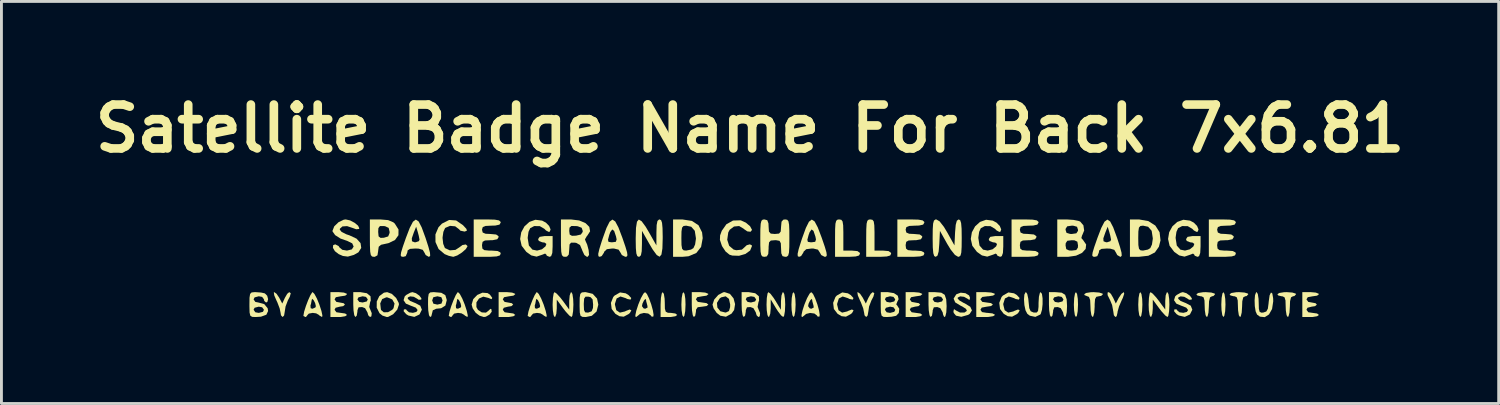
<source format=kicad_pcb>
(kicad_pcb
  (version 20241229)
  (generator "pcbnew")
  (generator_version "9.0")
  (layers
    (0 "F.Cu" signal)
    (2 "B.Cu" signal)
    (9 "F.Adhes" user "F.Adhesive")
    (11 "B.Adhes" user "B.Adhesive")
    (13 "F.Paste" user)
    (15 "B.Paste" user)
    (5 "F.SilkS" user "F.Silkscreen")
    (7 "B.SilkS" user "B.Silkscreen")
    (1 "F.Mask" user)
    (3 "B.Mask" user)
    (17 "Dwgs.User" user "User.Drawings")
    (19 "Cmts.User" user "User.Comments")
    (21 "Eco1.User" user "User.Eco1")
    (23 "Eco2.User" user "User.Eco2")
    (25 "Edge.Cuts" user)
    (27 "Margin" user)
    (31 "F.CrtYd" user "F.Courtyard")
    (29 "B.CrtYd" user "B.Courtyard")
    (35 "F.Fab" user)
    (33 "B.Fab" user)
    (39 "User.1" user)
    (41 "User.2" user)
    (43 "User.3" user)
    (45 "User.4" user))
  (footprint "Satellite Badge Name For Back 7x6.81"
    (layer "F.Cu")
    (at 23.012 1.418)
    (property "Reference" "Satellite Badge Name For Back 7x6.81" (at 0 0 0) (layer "F.SilkS") (effects (font (size 1.524 1.524) (thickness 0.3))))
    (attr board_only exclude_from_pos_files exclude_from_bom)
    (fp_poly (pts (xy -2.275 5.748) (xy -2.249 5.92) (xy -2.242 6.116) (xy -2.253 6.346) (xy -2.281 6.502) (xy -2.314 6.548) (xy -2.352 6.483) (xy -2.378 6.311) (xy -2.386 6.116) (xy -2.375 5.885) (xy -2.346 5.729) (xy -2.314 5.683)) (stroke (width 0) (type solid)) (fill yes) (layer "F.SilkS"))
    (fp_poly (pts (xy 1.549 5.748) (xy 1.575 5.92) (xy 1.583 6.116) (xy 1.572 6.346) (xy 1.543 6.502) (xy 1.511 6.548) (xy 1.472 6.483) (xy 1.446 6.311) (xy 1.438 6.116) (xy 1.449 5.885) (xy 1.478 5.729) (xy 1.511 5.683)) (stroke (width 0) (type solid)) (fill yes) (layer "F.SilkS"))
    (fp_poly (pts (xy 11.363 5.748) (xy 11.389 5.92) (xy 11.396 6.116) (xy 11.385 6.346) (xy 11.357 6.502) (xy 11.324 6.548) (xy 11.286 6.483) (xy 11.26 6.311) (xy 11.252 6.116) (xy 11.263 5.885) (xy 11.292 5.729) (xy 11.324 5.683)) (stroke (width 0) (type solid)) (fill yes) (layer "F.SilkS"))
    (fp_poly (pts (xy 13.6 5.748) (xy 13.626 5.92) (xy 13.633 6.116) (xy 13.622 6.346) (xy 13.594 6.502) (xy 13.561 6.548) (xy 13.523 6.483) (xy 13.497 6.311) (xy 13.489 6.116) (xy 13.5 5.885) (xy 13.529 5.729) (xy 13.561 5.683)) (stroke (width 0) (type solid)) (fill yes) (layer "F.SilkS"))
    (fp_poly (pts (xy 16.486 5.748) (xy 16.512 5.92) (xy 16.52 6.116) (xy 16.509 6.346) (xy 16.48 6.502) (xy 16.448 6.548) (xy 16.409 6.483) (xy 16.383 6.311) (xy 16.375 6.116) (xy 16.386 5.885) (xy 16.415 5.729) (xy 16.448 5.683)) (stroke (width 0) (type solid)) (fill yes) (layer "F.SilkS"))
    (fp_poly (pts (xy -2.994 5.747) (xy -2.968 5.913) (xy -2.963 6.043) (xy -2.959 6.257) (xy -2.929 6.363) (xy -2.854 6.4) (xy -2.747 6.404) (xy -2.595 6.425) (xy -2.53 6.475) (xy -2.53 6.476) (xy -2.594 6.521) (xy -2.754 6.547) (xy -2.819 6.548) (xy -3.108 6.548) (xy -3.108 6.116) (xy -3.097 5.885) (xy -3.068 5.729) (xy -3.035 5.683)) (stroke (width 0) (type solid)) (fill yes) (layer "F.SilkS"))
    (fp_poly (pts (xy 3.172 3.17) (xy 3.215 3.228) (xy 3.236 3.362) (xy 3.242 3.601) (xy 3.242 3.698) (xy 3.242 4.239) (xy 3.531 4.239) (xy 3.732 4.257) (xy 3.814 4.316) (xy 3.82 4.348) (xy 3.786 4.41) (xy 3.669 4.444) (xy 3.439 4.456) (xy 3.387 4.456) (xy 2.954 4.456) (xy 2.954 3.806) (xy 2.956 3.498) (xy 2.967 3.306) (xy 2.994 3.204) (xy 3.041 3.163) (xy 3.098 3.157)) (stroke (width 0) (type solid)) (fill yes) (layer "F.SilkS"))
    (fp_poly (pts (xy 4.254 3.17) (xy 4.298 3.228) (xy 4.318 3.362) (xy 4.325 3.601) (xy 4.325 3.698) (xy 4.325 4.239) (xy 4.613 4.239) (xy 4.814 4.257) (xy 4.897 4.316) (xy 4.902 4.348) (xy 4.869 4.41) (xy 4.751 4.444) (xy 4.521 4.456) (xy 4.469 4.456) (xy 4.036 4.456) (xy 4.036 3.806) (xy 4.039 3.498) (xy 4.05 3.306) (xy 4.076 3.204) (xy 4.124 3.163) (xy 4.18 3.157)) (stroke (width 0) (type solid)) (fill yes) (layer "F.SilkS"))
    (fp_poly (pts (xy -15.959 5.72) (xy -15.992 5.841) (xy -16.06 5.971) (xy -16.14 6.182) (xy -16.166 6.35) (xy -16.19 6.494) (xy -16.241 6.548) (xy -16.299 6.488) (xy -16.313 6.401) (xy -16.345 6.247) (xy -16.425 6.038) (xy -16.458 5.968) (xy -16.531 5.799) (xy -16.548 5.696) (xy -16.533 5.683) (xy -16.453 5.74) (xy -16.359 5.878) (xy -16.358 5.881) (xy -16.254 6.079) (xy -16.163 5.881) (xy -16.082 5.741) (xy -16.012 5.683)) (stroke (width 0) (type solid)) (fill yes) (layer "F.SilkS"))
    (fp_poly (pts (xy 4.318 5.72) (xy 4.285 5.841) (xy 4.217 5.971) (xy 4.136 6.182) (xy 4.111 6.35) (xy 4.086 6.494) (xy 4.036 6.548) (xy 3.978 6.488) (xy 3.964 6.401) (xy 3.932 6.247) (xy 3.852 6.038) (xy 3.818 5.968) (xy 3.746 5.799) (xy 3.729 5.696) (xy 3.744 5.683) (xy 3.824 5.74) (xy 3.918 5.878) (xy 3.919 5.881) (xy 4.023 6.079) (xy 4.113 5.881) (xy 4.195 5.741) (xy 4.264 5.683)) (stroke (width 0) (type solid)) (fill yes) (layer "F.SilkS"))
    (fp_poly (pts (xy 13.001 5.739) (xy 12.954 5.881) (xy 12.913 5.968) (xy 12.822 6.179) (xy 12.771 6.36) (xy 12.767 6.401) (xy 12.738 6.52) (xy 12.695 6.548) (xy 12.642 6.486) (xy 12.621 6.35) (xy 12.581 6.132) (xy 12.515 5.971) (xy 12.424 5.787) (xy 12.423 5.697) (xy 12.467 5.683) (xy 12.537 5.741) (xy 12.618 5.881) (xy 12.709 6.079) (xy 12.812 5.881) (xy 12.906 5.742) (xy 12.987 5.683) (xy 12.988 5.683)) (stroke (width 0) (type solid)) (fill yes) (layer "F.SilkS"))
    (fp_poly (pts (xy 12.131 5.697) (xy 12.247 5.733) (xy 12.262 5.755) (xy 12.202 5.813) (xy 12.118 5.827) (xy 12.031 5.846) (xy 11.988 5.926) (xy 11.974 6.104) (xy 11.974 6.188) (xy 11.961 6.393) (xy 11.927 6.524) (xy 11.902 6.548) (xy 11.86 6.484) (xy 11.834 6.318) (xy 11.829 6.188) (xy 11.818 5.961) (xy 11.778 5.85) (xy 11.721 5.827) (xy 11.625 5.788) (xy 11.613 5.755) (xy 11.677 5.712) (xy 11.841 5.686) (xy 11.938 5.683)) (stroke (width 0) (type solid)) (fill yes) (layer "F.SilkS"))
    (fp_poly (pts (xy 16.028 5.697) (xy 16.144 5.733) (xy 16.159 5.755) (xy 16.1 5.819) (xy 16.051 5.827) (xy 15.983 5.865) (xy 15.949 5.999) (xy 15.942 6.188) (xy 15.929 6.393) (xy 15.896 6.524) (xy 15.87 6.548) (xy 15.829 6.484) (xy 15.803 6.318) (xy 15.798 6.188) (xy 15.79 5.971) (xy 15.758 5.863) (xy 15.687 5.828) (xy 15.654 5.827) (xy 15.537 5.797) (xy 15.509 5.755) (xy 15.574 5.712) (xy 15.737 5.686) (xy 15.834 5.683)) (stroke (width 0) (type solid)) (fill yes) (layer "F.SilkS"))
    (fp_poly (pts (xy 17.182 5.697) (xy 17.299 5.733) (xy 17.313 5.755) (xy 17.255 5.819) (xy 17.205 5.827) (xy 17.137 5.865) (xy 17.104 5.999) (xy 17.097 6.188) (xy 17.084 6.393) (xy 17.051 6.524) (xy 17.025 6.548) (xy 16.984 6.484) (xy 16.958 6.318) (xy 16.953 6.188) (xy 16.945 5.971) (xy 16.913 5.863) (xy 16.842 5.828) (xy 16.808 5.827) (xy 16.691 5.797) (xy 16.664 5.755) (xy 16.728 5.712) (xy 16.892 5.686) (xy 16.989 5.683)) (stroke (width 0) (type solid)) (fill yes) (layer "F.SilkS"))
    (fp_poly (pts (xy 18.842 5.697) (xy 18.958 5.733) (xy 18.973 5.755) (xy 18.915 5.819) (xy 18.865 5.827) (xy 18.797 5.865) (xy 18.764 5.999) (xy 18.757 6.188) (xy 18.744 6.393) (xy 18.71 6.524) (xy 18.684 6.548) (xy 18.643 6.484) (xy 18.617 6.318) (xy 18.612 6.188) (xy 18.605 5.971) (xy 18.572 5.863) (xy 18.501 5.828) (xy 18.468 5.827) (xy 18.351 5.797) (xy 18.324 5.755) (xy 18.388 5.712) (xy 18.551 5.686) (xy 18.648 5.683)) (stroke (width 0) (type solid)) (fill yes) (layer "F.SilkS"))
    (fp_poly (pts (xy -4.321 5.724) (xy -4.222 5.785) (xy -4.128 5.888) (xy -4.151 5.943) (xy -4.266 5.921) (xy -4.318 5.893) (xy -4.503 5.834) (xy -4.636 5.903) (xy -4.694 6.086) (xy -4.695 6.116) (xy -4.648 6.311) (xy -4.523 6.395) (xy -4.343 6.353) (xy -4.318 6.338) (xy -4.18 6.285) (xy -4.124 6.318) (xy -4.177 6.409) (xy -4.222 6.446) (xy -4.389 6.536) (xy -4.54 6.519) (xy -4.679 6.436) (xy -4.808 6.268) (xy -4.834 6.055) (xy -4.754 5.853) (xy -4.707 5.802) (xy -4.517 5.693)) (stroke (width 0) (type solid)) (fill yes) (layer "F.SilkS"))
    (fp_poly (pts (xy -1.556 5.699) (xy -1.455 5.739) (xy -1.448 5.755) (xy -1.511 5.805) (xy -1.662 5.827) (xy -1.664 5.827) (xy -1.836 5.859) (xy -1.881 5.935) (xy -1.816 6.021) (xy -1.664 6.043) (xy -1.512 6.064) (xy -1.448 6.115) (xy -1.448 6.116) (xy -1.511 6.166) (xy -1.662 6.188) (xy -1.664 6.188) (xy -1.819 6.207) (xy -1.876 6.29) (xy -1.881 6.368) (xy -1.906 6.504) (xy -1.953 6.548) (xy -1.991 6.483) (xy -2.018 6.311) (xy -2.025 6.116) (xy -2.025 5.683) (xy -1.737 5.683)) (stroke (width 0) (type solid)) (fill yes) (layer "F.SilkS"))
    (fp_poly (pts (xy 3.4 5.724) (xy 3.499 5.785) (xy 3.593 5.888) (xy 3.57 5.943) (xy 3.455 5.921) (xy 3.403 5.893) (xy 3.218 5.834) (xy 3.085 5.903) (xy 3.027 6.086) (xy 3.026 6.116) (xy 3.073 6.311) (xy 3.198 6.395) (xy 3.378 6.353) (xy 3.403 6.338) (xy 3.541 6.285) (xy 3.597 6.318) (xy 3.544 6.409) (xy 3.499 6.446) (xy 3.332 6.536) (xy 3.181 6.519) (xy 3.042 6.436) (xy 2.913 6.268) (xy 2.887 6.055) (xy 2.967 5.853) (xy 3.014 5.802) (xy 3.204 5.693)) (stroke (width 0) (type solid)) (fill yes) (layer "F.SilkS"))
    (fp_poly (pts (xy 9.173 5.724) (xy 9.272 5.785) (xy 9.366 5.888) (xy 9.342 5.943) (xy 9.228 5.921) (xy 9.176 5.893) (xy 8.991 5.834) (xy 8.857 5.903) (xy 8.799 6.086) (xy 8.799 6.116) (xy 8.846 6.311) (xy 8.971 6.395) (xy 9.151 6.353) (xy 9.176 6.338) (xy 9.314 6.285) (xy 9.37 6.318) (xy 9.316 6.409) (xy 9.272 6.446) (xy 9.105 6.536) (xy 8.954 6.519) (xy 8.815 6.436) (xy 8.686 6.268) (xy 8.66 6.055) (xy 8.739 5.853) (xy 8.786 5.802) (xy 8.977 5.693)) (stroke (width 0) (type solid)) (fill yes) (layer "F.SilkS"))
    (fp_poly (pts (xy -14.112 5.699) (xy -14.011 5.739) (xy -14.004 5.755) (xy -14.066 5.805) (xy -14.217 5.827) (xy -14.22 5.827) (xy -14.392 5.859) (xy -14.437 5.935) (xy -14.374 6.022) (xy -14.256 6.043) (xy -14.121 6.068) (xy -14.076 6.116) (xy -14.138 6.17) (xy -14.256 6.188) (xy -14.401 6.225) (xy -14.437 6.296) (xy -14.372 6.382) (xy -14.22 6.404) (xy -14.068 6.425) (xy -14.004 6.475) (xy -14.004 6.476) (xy -14.068 6.521) (xy -14.228 6.547) (xy -14.292 6.548) (xy -14.581 6.548) (xy -14.581 5.683) (xy -14.292 5.683)) (stroke (width 0) (type solid)) (fill yes) (layer "F.SilkS"))
    (fp_poly (pts (xy -9.12 5.716) (xy -9.039 5.769) (xy -8.957 5.883) (xy -8.983 5.928) (xy -9.097 5.882) (xy -9.269 5.84) (xy -9.417 5.904) (xy -9.507 6.037) (xy -9.509 6.201) (xy -9.455 6.299) (xy -9.322 6.387) (xy -9.176 6.395) (xy -9.08 6.322) (xy -9.077 6.314) (xy -9.016 6.262) (xy -8.988 6.276) (xy -8.976 6.364) (xy -9.055 6.465) (xy -9.181 6.537) (xy -9.25 6.548) (xy -9.4 6.5) (xy -9.53 6.404) (xy -9.638 6.247) (xy -9.674 6.116) (xy -9.618 5.926) (xy -9.478 5.78) (xy -9.298 5.702)) (stroke (width 0) (type solid)) (fill yes) (layer "F.SilkS"))
    (fp_poly (pts (xy -8.267 5.699) (xy -8.166 5.739) (xy -8.159 5.755) (xy -8.221 5.805) (xy -8.373 5.827) (xy -8.375 5.827) (xy -8.547 5.859) (xy -8.592 5.935) (xy -8.529 6.022) (xy -8.411 6.043) (xy -8.276 6.068) (xy -8.231 6.116) (xy -8.293 6.17) (xy -8.411 6.188) (xy -8.556 6.225) (xy -8.592 6.296) (xy -8.527 6.382) (xy -8.375 6.404) (xy -8.223 6.425) (xy -8.159 6.475) (xy -8.159 6.476) (xy -8.223 6.521) (xy -8.383 6.547) (xy -8.447 6.548) (xy -8.736 6.548) (xy -8.736 5.683) (xy -8.447 5.683)) (stroke (width 0) (type solid)) (fill yes) (layer "F.SilkS"))
    (fp_poly (pts (xy 5.877 5.699) (xy 5.977 5.739) (xy 5.984 5.755) (xy 5.922 5.805) (xy 5.771 5.827) (xy 5.768 5.827) (xy 5.596 5.859) (xy 5.552 5.935) (xy 5.614 6.022) (xy 5.732 6.043) (xy 5.868 6.068) (xy 5.912 6.116) (xy 5.851 6.17) (xy 5.732 6.188) (xy 5.587 6.225) (xy 5.552 6.296) (xy 5.616 6.382) (xy 5.768 6.404) (xy 5.92 6.425) (xy 5.984 6.475) (xy 5.984 6.476) (xy 5.92 6.521) (xy 5.761 6.547) (xy 5.696 6.548) (xy 5.407 6.548) (xy 5.407 5.683) (xy 5.696 5.683)) (stroke (width 0) (type solid)) (fill yes) (layer "F.SilkS"))
    (fp_poly (pts (xy 17.643 5.748) (xy 17.669 5.914) (xy 17.674 6.048) (xy 17.68 6.263) (xy 17.707 6.368) (xy 17.772 6.397) (xy 17.837 6.391) (xy 17.938 6.356) (xy 17.992 6.26) (xy 18.018 6.066) (xy 18.021 6.025) (xy 18.053 5.795) (xy 18.101 5.695) (xy 18.147 5.728) (xy 18.176 5.895) (xy 18.179 6.002) (xy 18.139 6.267) (xy 18.033 6.457) (xy 17.885 6.552) (xy 17.717 6.535) (xy 17.617 6.462) (xy 17.568 6.351) (xy 17.539 6.17) (xy 17.532 5.966) (xy 17.546 5.79) (xy 17.584 5.69) (xy 17.602 5.683)) (stroke (width 0) (type solid)) (fill yes) (layer "F.SilkS"))
    (fp_poly (pts (xy 19.659 5.699) (xy 19.759 5.739) (xy 19.767 5.755) (xy 19.704 5.805) (xy 19.553 5.827) (xy 19.55 5.827) (xy 19.379 5.859) (xy 19.334 5.935) (xy 19.397 6.022) (xy 19.514 6.043) (xy 19.65 6.068) (xy 19.695 6.116) (xy 19.633 6.17) (xy 19.514 6.188) (xy 19.369 6.225) (xy 19.334 6.296) (xy 19.398 6.382) (xy 19.55 6.404) (xy 19.702 6.425) (xy 19.767 6.475) (xy 19.767 6.476) (xy 19.703 6.521) (xy 19.543 6.547) (xy 19.478 6.548) (xy 19.19 6.548) (xy 19.19 5.683) (xy 19.478 5.683)) (stroke (width 0) (type solid)) (fill yes) (layer "F.SilkS"))
    (fp_poly (pts (xy -6.172 5.748) (xy -6.146 5.92) (xy -6.138 6.116) (xy -6.148 6.344) (xy -6.174 6.501) (xy -6.204 6.548) (xy -6.281 6.495) (xy -6.406 6.358) (xy -6.493 6.246) (xy -6.716 5.943) (xy -6.716 6.246) (xy -6.731 6.432) (xy -6.769 6.538) (xy -6.788 6.548) (xy -6.826 6.483) (xy -6.852 6.311) (xy -6.86 6.116) (xy -6.85 5.887) (xy -6.824 5.73) (xy -6.794 5.683) (xy -6.717 5.736) (xy -6.592 5.873) (xy -6.505 5.985) (xy -6.283 6.288) (xy -6.283 5.985) (xy -6.267 5.799) (xy -6.229 5.693) (xy -6.21 5.683)) (stroke (width 0) (type solid)) (fill yes) (layer "F.SilkS"))
    (fp_poly (pts (xy 1.188 5.748) (xy 1.214 5.92) (xy 1.222 6.116) (xy 1.212 6.344) (xy 1.185 6.501) (xy 1.154 6.548) (xy 1.08 6.492) (xy 0.969 6.347) (xy 0.902 6.242) (xy 0.718 5.935) (xy 0.718 6.242) (xy 0.702 6.429) (xy 0.664 6.538) (xy 0.645 6.548) (xy 0.606 6.483) (xy 0.58 6.311) (xy 0.573 6.116) (xy 0.582 5.887) (xy 0.608 5.73) (xy 0.637 5.683) (xy 0.709 5.739) (xy 0.82 5.884) (xy 0.887 5.989) (xy 1.072 6.296) (xy 1.075 5.989) (xy 1.092 5.802) (xy 1.131 5.693) (xy 1.15 5.683)) (stroke (width 0) (type solid)) (fill yes) (layer "F.SilkS"))
    (fp_poly (pts (xy 14.538 5.748) (xy 14.564 5.92) (xy 14.571 6.116) (xy 14.561 6.344) (xy 14.535 6.501) (xy 14.505 6.548) (xy 14.429 6.495) (xy 14.304 6.358) (xy 14.217 6.246) (xy 13.994 5.943) (xy 13.994 6.246) (xy 13.979 6.432) (xy 13.94 6.538) (xy 13.922 6.548) (xy 13.884 6.483) (xy 13.857 6.311) (xy 13.85 6.116) (xy 13.86 5.887) (xy 13.886 5.73) (xy 13.916 5.683) (xy 13.992 5.736) (xy 14.117 5.873) (xy 14.204 5.985) (xy 14.427 6.288) (xy 14.427 5.985) (xy 14.442 5.799) (xy 14.481 5.693) (xy 14.499 5.683)) (stroke (width 0) (type solid)) (fill yes) (layer "F.SilkS"))
    (fp_poly (pts (xy -0.699 5.744) (xy -0.574 5.898) (xy -0.52 6.099) (xy -0.553 6.303) (xy -0.642 6.429) (xy -0.838 6.538) (xy -1.033 6.502) (xy -1.159 6.404) (xy -1.267 6.247) (xy -1.304 6.116) (xy -1.283 6.055) (xy -1.15 6.055) (xy -1.135 6.219) (xy -1.032 6.347) (xy -0.86 6.391) (xy -0.835 6.389) (xy -0.733 6.34) (xy -0.693 6.208) (xy -0.69 6.116) (xy -0.733 5.917) (xy -0.845 5.828) (xy -1.002 5.864) (xy -1.055 5.902) (xy -1.15 6.055) (xy -1.283 6.055) (xy -1.245 5.94) (xy -1.103 5.78) (xy -0.931 5.688) (xy -0.882 5.683)) (stroke (width 0) (type solid)) (fill yes) (layer "F.SilkS"))
    (fp_poly (pts (xy 10.143 5.745) (xy 10.165 5.901) (xy 10.165 6.101) (xy 10.144 6.296) (xy 10.102 6.436) (xy 10.083 6.462) (xy 9.913 6.543) (xy 9.722 6.502) (xy 9.634 6.435) (xy 9.572 6.315) (xy 9.533 6.132) (xy 9.519 5.933) (xy 9.532 5.768) (xy 9.576 5.685) (xy 9.588 5.683) (xy 9.632 5.747) (xy 9.668 5.912) (xy 9.679 6.025) (xy 9.702 6.238) (xy 9.751 6.346) (xy 9.844 6.388) (xy 9.863 6.391) (xy 9.959 6.392) (xy 10.007 6.338) (xy 10.024 6.193) (xy 10.025 6.048) (xy 10.038 5.841) (xy 10.071 5.708) (xy 10.098 5.683)) (stroke (width 0) (type solid)) (fill yes) (layer "F.SilkS"))
    (fp_poly (pts (xy -12.448 5.743) (xy -12.297 5.886) (xy -12.207 6.059) (xy -12.2 6.116) (xy -12.259 6.291) (xy -12.401 6.451) (xy -12.573 6.543) (xy -12.621 6.548) (xy -12.772 6.498) (xy -12.874 6.417) (xy -12.973 6.221) (xy -12.971 6.075) (xy -12.85 6.075) (xy -12.828 6.28) (xy -12.819 6.306) (xy -12.726 6.384) (xy -12.579 6.379) (xy -12.436 6.299) (xy -12.388 6.242) (xy -12.353 6.078) (xy -12.432 5.938) (xy -12.598 5.866) (xy -12.64 5.863) (xy -12.782 5.923) (xy -12.85 6.075) (xy -12.971 6.075) (xy -12.971 6.008) (xy -12.882 5.821) (xy -12.722 5.702) (xy -12.609 5.683)) (stroke (width 0) (type solid)) (fill yes) (layer "F.SilkS"))
    (fp_poly (pts (xy -10.726 5.706) (xy -10.588 5.788) (xy -10.541 5.943) (xy -10.54 5.971) (xy -10.587 6.151) (xy -10.736 6.243) (xy -10.907 6.26) (xy -11.023 6.314) (xy -11.045 6.404) (xy -11.075 6.521) (xy -11.117 6.548) (xy -11.156 6.483) (xy -11.182 6.311) (xy -11.189 6.116) (xy -11.188 5.971) (xy -11.045 5.971) (xy -11.003 6.084) (xy -10.865 6.116) (xy -10.723 6.082) (xy -10.684 5.971) (xy -10.727 5.858) (xy -10.865 5.827) (xy -11.006 5.861) (xy -11.045 5.971) (xy -11.188 5.971) (xy -11.186 5.876) (xy -11.166 5.746) (xy -11.113 5.693) (xy -11.009 5.683) (xy -10.979 5.683)) (stroke (width 0) (type solid)) (fill yes) (layer "F.SilkS"))
    (fp_poly (pts (xy -2.021 3.208) (xy -1.791 3.359) (xy -1.667 3.606) (xy -1.645 3.806) (xy -1.701 4.111) (xy -1.866 4.322) (xy -2.135 4.436) (xy -2.354 4.456) (xy -2.675 4.456) (xy -2.675 3.806) (xy -2.386 3.806) (xy -2.382 4.047) (xy -2.36 4.177) (xy -2.308 4.23) (xy -2.22 4.239) (xy -2.05 4.204) (xy -1.967 4.153) (xy -1.909 4.026) (xy -1.881 3.832) (xy -1.881 3.806) (xy -1.92 3.552) (xy -2.043 3.411) (xy -2.22 3.373) (xy -2.312 3.385) (xy -2.362 3.441) (xy -2.382 3.576) (xy -2.386 3.806) (xy -2.675 3.806) (xy -2.675 3.157) (xy -2.354 3.157)) (stroke (width 0) (type solid)) (fill yes) (layer "F.SilkS"))
    (fp_poly (pts (xy 8.379 5.697) (xy 8.495 5.733) (xy 8.51 5.755) (xy 8.447 5.802) (xy 8.291 5.826) (xy 8.257 5.827) (xy 8.071 5.85) (xy 8.005 5.925) (xy 8.005 5.935) (xy 8.069 6.021) (xy 8.221 6.043) (xy 8.373 6.064) (xy 8.438 6.115) (xy 8.438 6.116) (xy 8.375 6.166) (xy 8.224 6.188) (xy 8.221 6.188) (xy 8.05 6.22) (xy 8.005 6.296) (xy 8.06 6.376) (xy 8.234 6.404) (xy 8.257 6.404) (xy 8.424 6.422) (xy 8.508 6.467) (xy 8.51 6.476) (xy 8.446 6.519) (xy 8.282 6.545) (xy 8.185 6.548) (xy 7.861 6.548) (xy 7.861 5.683) (xy 8.185 5.683)) (stroke (width 0) (type solid)) (fill yes) (layer "F.SilkS"))
    (fp_poly (pts (xy 13.839 3.214) (xy 14.083 3.37) (xy 14.23 3.601) (xy 14.263 3.883) (xy 14.206 4.106) (xy 14.067 4.304) (xy 13.84 4.418) (xy 13.504 4.456) (xy 13.484 4.456) (xy 13.2 4.456) (xy 13.2 3.806) (xy 13.489 3.806) (xy 13.493 4.047) (xy 13.515 4.177) (xy 13.567 4.23) (xy 13.655 4.239) (xy 13.825 4.204) (xy 13.908 4.153) (xy 13.966 4.026) (xy 13.994 3.832) (xy 13.994 3.806) (xy 13.955 3.552) (xy 13.832 3.411) (xy 13.655 3.373) (xy 13.563 3.385) (xy 13.513 3.441) (xy 13.493 3.576) (xy 13.489 3.806) (xy 13.2 3.806) (xy 13.2 3.157) (xy 13.515 3.157)) (stroke (width 0) (type solid)) (fill yes) (layer "F.SilkS"))
    (fp_poly (pts (xy -5.468 5.742) (xy -5.316 5.906) (xy -5.272 6.116) (xy -5.332 6.355) (xy -5.498 6.505) (xy -5.71 6.548) (xy -5.827 6.542) (xy -5.891 6.502) (xy -5.916 6.392) (xy -5.922 6.179) (xy -5.922 6.116) (xy -5.777 6.116) (xy -5.769 6.304) (xy -5.729 6.385) (xy -5.637 6.394) (xy -5.615 6.391) (xy -5.503 6.348) (xy -5.458 6.233) (xy -5.453 6.116) (xy -5.47 5.938) (xy -5.54 5.859) (xy -5.615 5.84) (xy -5.718 5.841) (xy -5.765 5.907) (xy -5.777 6.075) (xy -5.777 6.116) (xy -5.922 6.116) (xy -5.919 5.876) (xy -5.899 5.746) (xy -5.845 5.693) (xy -5.742 5.683) (xy -5.71 5.683)) (stroke (width 0) (type solid)) (fill yes) (layer "F.SilkS"))
    (fp_poly (pts (xy 6.435 5.684) (xy 6.644 5.702) (xy 6.763 5.775) (xy 6.816 5.933) (xy 6.83 6.17) (xy 6.819 6.388) (xy 6.787 6.521) (xy 6.746 6.551) (xy 6.707 6.461) (xy 6.693 6.386) (xy 6.611 6.24) (xy 6.508 6.201) (xy 6.386 6.21) (xy 6.347 6.313) (xy 6.345 6.363) (xy 6.321 6.501) (xy 6.273 6.548) (xy 6.235 6.483) (xy 6.209 6.311) (xy 6.201 6.116) (xy 6.201 5.935) (xy 6.345 5.935) (xy 6.408 6.022) (xy 6.526 6.043) (xy 6.671 6.006) (xy 6.706 5.935) (xy 6.643 5.848) (xy 6.526 5.827) (xy 6.381 5.865) (xy 6.345 5.935) (xy 6.201 5.935) (xy 6.201 5.683)) (stroke (width 0) (type solid)) (fill yes) (layer "F.SilkS"))
    (fp_poly (pts (xy 10.621 5.684) (xy 10.829 5.702) (xy 10.948 5.775) (xy 11.002 5.933) (xy 11.015 6.17) (xy 11.004 6.388) (xy 10.973 6.521) (xy 10.932 6.551) (xy 10.892 6.461) (xy 10.878 6.386) (xy 10.796 6.24) (xy 10.693 6.201) (xy 10.572 6.21) (xy 10.532 6.313) (xy 10.53 6.363) (xy 10.506 6.501) (xy 10.458 6.548) (xy 10.42 6.483) (xy 10.394 6.311) (xy 10.386 6.116) (xy 10.386 5.935) (xy 10.53 5.935) (xy 10.593 6.022) (xy 10.711 6.043) (xy 10.856 6.006) (xy 10.891 5.935) (xy 10.829 5.848) (xy 10.711 5.827) (xy 10.566 5.865) (xy 10.53 5.935) (xy 10.386 5.935) (xy 10.386 5.683)) (stroke (width 0) (type solid)) (fill yes) (layer "F.SilkS"))
    (fp_poly (pts (xy -3.585 5.745) (xy -3.509 5.903) (xy -3.434 6.108) (xy -3.377 6.314) (xy -3.351 6.474) (xy -3.364 6.537) (xy -3.429 6.528) (xy -3.448 6.494) (xy -3.537 6.426) (xy -3.688 6.406) (xy -3.825 6.44) (xy -3.865 6.476) (xy -3.955 6.546) (xy -3.975 6.548) (xy -3.986 6.487) (xy -3.952 6.327) (xy -3.901 6.17) (xy -3.756 6.17) (xy -3.698 6.248) (xy -3.641 6.26) (xy -3.56 6.217) (xy -3.569 6.146) (xy -3.609 5.996) (xy -3.614 5.947) (xy -3.638 5.919) (xy -3.689 5.979) (xy -3.738 6.081) (xy -3.756 6.17) (xy -3.901 6.17) (xy -3.884 6.116) (xy -3.792 5.892) (xy -3.705 5.736) (xy -3.648 5.683)) (stroke (width 0) (type solid)) (fill yes) (layer "F.SilkS"))
    (fp_poly (pts (xy 2.188 5.745) (xy 2.264 5.903) (xy 2.339 6.108) (xy 2.396 6.314) (xy 2.421 6.474) (xy 2.408 6.537) (xy 2.343 6.528) (xy 2.325 6.494) (xy 2.236 6.426) (xy 2.085 6.406) (xy 1.947 6.44) (xy 1.907 6.476) (xy 1.818 6.546) (xy 1.798 6.548) (xy 1.787 6.487) (xy 1.821 6.327) (xy 1.871 6.17) (xy 2.017 6.17) (xy 2.074 6.248) (xy 2.132 6.26) (xy 2.213 6.217) (xy 2.204 6.146) (xy 2.164 5.996) (xy 2.159 5.947) (xy 2.135 5.919) (xy 2.084 5.979) (xy 2.035 6.081) (xy 2.017 6.17) (xy 1.871 6.17) (xy 1.889 6.116) (xy 1.981 5.892) (xy 2.068 5.736) (xy 2.125 5.683)) (stroke (width 0) (type solid)) (fill yes) (layer "F.SilkS"))
    (fp_poly (pts (xy 7.484 5.72) (xy 7.61 5.796) (xy 7.644 5.879) (xy 7.624 5.957) (xy 7.558 5.913) (xy 7.436 5.845) (xy 7.302 5.83) (xy 7.218 5.872) (xy 7.211 5.898) (xy 7.271 5.969) (xy 7.42 6.056) (xy 7.464 6.075) (xy 7.652 6.191) (xy 7.71 6.318) (xy 7.633 6.438) (xy 7.577 6.474) (xy 7.34 6.54) (xy 7.157 6.501) (xy 7.077 6.406) (xy 7.067 6.348) (xy 7.087 6.273) (xy 7.153 6.318) (xy 7.295 6.392) (xy 7.45 6.392) (xy 7.535 6.334) (xy 7.504 6.265) (xy 7.373 6.181) (xy 7.322 6.157) (xy 7.128 6.039) (xy 7.073 5.907) (xy 7.161 5.767) (xy 7.174 5.755) (xy 7.319 5.702)) (stroke (width 0) (type solid)) (fill yes) (layer "F.SilkS"))
    (fp_poly (pts (xy -13.315 5.721) (xy -13.188 5.826) (xy -13.179 5.978) (xy -13.2 6.025) (xy -13.232 6.196) (xy -13.206 6.264) (xy -13.145 6.413) (xy -13.157 6.523) (xy -13.205 6.548) (xy -13.266 6.487) (xy -13.295 6.386) (xy -13.377 6.24) (xy -13.48 6.201) (xy -13.602 6.21) (xy -13.641 6.313) (xy -13.643 6.363) (xy -13.667 6.501) (xy -13.715 6.548) (xy -13.753 6.483) (xy -13.779 6.311) (xy -13.787 6.116) (xy -13.787 5.935) (xy -13.643 5.935) (xy -13.58 6.022) (xy -13.462 6.043) (xy -13.317 6.006) (xy -13.282 5.935) (xy -13.345 5.848) (xy -13.462 5.827) (xy -13.608 5.865) (xy -13.643 5.935) (xy -13.787 5.935) (xy -13.787 5.683) (xy -13.543 5.683)) (stroke (width 0) (type solid)) (fill yes) (layer "F.SilkS"))
    (fp_poly (pts (xy -3.091 3.182) (xy -3.058 3.275) (xy -3.041 3.459) (xy -3.035 3.759) (xy -3.035 3.806) (xy -3.045 4.162) (xy -3.079 4.377) (xy -3.143 4.453) (xy -3.242 4.394) (xy -3.383 4.202) (xy -3.499 4.005) (xy -3.755 3.554) (xy -3.756 4.005) (xy -3.764 4.262) (xy -3.792 4.403) (xy -3.847 4.454) (xy -3.865 4.456) (xy -3.918 4.431) (xy -3.951 4.338) (xy -3.968 4.154) (xy -3.973 3.854) (xy -3.973 3.806) (xy -3.963 3.451) (xy -3.929 3.236) (xy -3.866 3.16) (xy -3.767 3.219) (xy -3.626 3.411) (xy -3.51 3.608) (xy -3.254 4.059) (xy -3.253 3.608) (xy -3.245 3.351) (xy -3.217 3.21) (xy -3.162 3.159) (xy -3.144 3.157)) (stroke (width 0) (type solid)) (fill yes) (layer "F.SilkS"))
    (fp_poly (pts (xy 0.179 5.721) (xy 0.306 5.826) (xy 0.314 5.978) (xy 0.294 6.025) (xy 0.262 6.196) (xy 0.288 6.264) (xy 0.348 6.413) (xy 0.337 6.523) (xy 0.289 6.548) (xy 0.228 6.487) (xy 0.199 6.386) (xy 0.117 6.24) (xy 0.013 6.201) (xy -0.108 6.21) (xy -0.148 6.313) (xy -0.149 6.363) (xy -0.173 6.501) (xy -0.221 6.548) (xy -0.26 6.483) (xy -0.286 6.311) (xy -0.293 6.116) (xy -0.293 5.935) (xy -0.149 5.935) (xy -0.086 6.022) (xy 0.031 6.043) (xy 0.176 6.006) (xy 0.212 5.935) (xy 0.149 5.848) (xy 0.031 5.827) (xy -0.114 5.865) (xy -0.149 5.935) (xy -0.293 5.935) (xy -0.293 5.683) (xy -0.05 5.683)) (stroke (width 0) (type solid)) (fill yes) (layer "F.SilkS"))
    (fp_poly (pts (xy -15.137 5.745) (xy -15.049 5.908) (xy -14.965 6.116) (xy -14.893 6.337) (xy -14.86 6.493) (xy -14.87 6.548) (xy -14.963 6.496) (xy -14.978 6.476) (xy -15.077 6.42) (xy -15.198 6.404) (xy -15.332 6.429) (xy -15.375 6.476) (xy -15.43 6.546) (xy -15.447 6.548) (xy -15.517 6.512) (xy -15.519 6.501) (xy -15.495 6.365) (xy -15.434 6.17) (xy -15.425 6.146) (xy -15.274 6.146) (xy -15.267 6.242) (xy -15.202 6.26) (xy -15.102 6.214) (xy -15.087 6.17) (xy -15.111 6.066) (xy -15.162 5.966) (xy -15.211 5.916) (xy -15.229 5.947) (xy -15.255 6.087) (xy -15.274 6.146) (xy -15.425 6.146) (xy -15.355 5.962) (xy -15.276 5.787) (xy -15.213 5.69) (xy -15.199 5.683)) (stroke (width 0) (type solid)) (fill yes) (layer "F.SilkS"))
    (fp_poly (pts (xy -10.085 5.745) (xy -9.998 5.908) (xy -9.913 6.116) (xy -9.842 6.337) (xy -9.808 6.493) (xy -9.819 6.548) (xy -9.912 6.496) (xy -9.927 6.476) (xy -10.026 6.42) (xy -10.147 6.404) (xy -10.281 6.429) (xy -10.323 6.476) (xy -10.378 6.546) (xy -10.396 6.548) (xy -10.466 6.512) (xy -10.468 6.501) (xy -10.444 6.365) (xy -10.383 6.17) (xy -10.374 6.146) (xy -10.223 6.146) (xy -10.216 6.242) (xy -10.151 6.26) (xy -10.051 6.214) (xy -10.036 6.17) (xy -10.06 6.066) (xy -10.111 5.966) (xy -10.16 5.916) (xy -10.178 5.947) (xy -10.204 6.087) (xy -10.223 6.146) (xy -10.374 6.146) (xy -10.304 5.962) (xy -10.225 5.787) (xy -10.162 5.69) (xy -10.148 5.683)) (stroke (width 0) (type solid)) (fill yes) (layer "F.SilkS"))
    (fp_poly (pts (xy -7.343 5.745) (xy -7.256 5.908) (xy -7.171 6.116) (xy -7.1 6.337) (xy -7.066 6.493) (xy -7.077 6.548) (xy -7.17 6.496) (xy -7.185 6.476) (xy -7.284 6.42) (xy -7.405 6.404) (xy -7.539 6.429) (xy -7.581 6.476) (xy -7.636 6.546) (xy -7.654 6.548) (xy -7.724 6.512) (xy -7.726 6.501) (xy -7.702 6.365) (xy -7.641 6.17) (xy -7.632 6.146) (xy -7.481 6.146) (xy -7.474 6.242) (xy -7.409 6.26) (xy -7.309 6.214) (xy -7.294 6.17) (xy -7.318 6.066) (xy -7.369 5.966) (xy -7.418 5.916) (xy -7.436 5.947) (xy -7.462 6.087) (xy -7.481 6.146) (xy -7.632 6.146) (xy -7.562 5.962) (xy -7.483 5.787) (xy -7.42 5.69) (xy -7.406 5.683)) (stroke (width 0) (type solid)) (fill yes) (layer "F.SilkS"))
    (fp_poly (pts (xy -12.576 3.18) (xy -12.396 3.256) (xy -12.344 3.301) (xy -12.215 3.506) (xy -12.217 3.706) (xy -12.339 3.874) (xy -12.568 3.982) (xy -12.635 3.996) (xy -12.82 4.037) (xy -12.902 4.105) (xy -12.921 4.235) (xy -12.921 4.249) (xy -12.946 4.403) (xy -13.038 4.455) (xy -13.066 4.456) (xy -13.134 4.445) (xy -13.177 4.394) (xy -13.199 4.276) (xy -13.208 4.062) (xy -13.21 3.806) (xy -13.21 3.59) (xy -12.921 3.59) (xy -12.907 3.745) (xy -12.839 3.798) (xy -12.723 3.793) (xy -12.574 3.747) (xy -12.526 3.63) (xy -12.524 3.59) (xy -12.556 3.451) (xy -12.679 3.393) (xy -12.723 3.387) (xy -12.861 3.387) (xy -12.914 3.459) (xy -12.921 3.59) (xy -13.21 3.59) (xy -13.21 3.157) (xy -12.849 3.157)) (stroke (width 0) (type solid)) (fill yes) (layer "F.SilkS"))
    (fp_poly (pts (xy -11.609 5.72) (xy -11.49 5.805) (xy -11.42 5.897) (xy -11.425 5.942) (xy -11.515 5.948) (xy -11.566 5.912) (xy -11.683 5.845) (xy -11.809 5.83) (xy -11.89 5.867) (xy -11.894 5.914) (xy -11.81 5.99) (xy -11.646 6.057) (xy -11.635 6.06) (xy -11.458 6.154) (xy -11.403 6.293) (xy -11.483 6.452) (xy -11.492 6.462) (xy -11.665 6.543) (xy -11.873 6.495) (xy -11.951 6.446) (xy -12.036 6.347) (xy -12.027 6.284) (xy -11.952 6.28) (xy -11.931 6.314) (xy -11.849 6.384) (xy -11.714 6.402) (xy -11.593 6.37) (xy -11.55 6.305) (xy -11.613 6.223) (xy -11.764 6.163) (xy -11.768 6.162) (xy -11.958 6.083) (xy -12.039 5.963) (xy -11.999 5.831) (xy -11.945 5.78) (xy -11.805 5.702) (xy -11.731 5.683)) (stroke (width 0) (type solid)) (fill yes) (layer "F.SilkS"))
    (fp_poly (pts (xy -0.319 3.189) (xy -0.145 3.269) (xy 0.001 3.393) (xy 0.067 3.516) (xy 0.067 3.523) (xy 0.018 3.585) (xy -0.094 3.572) (xy -0.212 3.491) (xy -0.224 3.478) (xy -0.379 3.386) (xy -0.558 3.403) (xy -0.708 3.517) (xy -0.757 3.608) (xy -0.793 3.863) (xy -0.726 4.072) (xy -0.572 4.203) (xy -0.479 4.227) (xy -0.284 4.206) (xy -0.206 4.137) (xy -0.115 4.052) (xy -0.005 4.022) (xy 0.064 4.06) (xy 0.067 4.081) (xy 0.003 4.237) (xy -0.161 4.356) (xy -0.382 4.42) (xy -0.616 4.412) (xy -0.712 4.383) (xy -0.849 4.272) (xy -0.97 4.09) (xy -0.983 4.06) (xy -1.047 3.867) (xy -1.04 3.71) (xy -0.983 3.553) (xy -0.822 3.324) (xy -0.591 3.195) (xy -0.33 3.187)) (stroke (width 0) (type solid)) (fill yes) (layer "F.SilkS"))
    (fp_poly (pts (xy 15.162 5.72) (xy 15.282 5.805) (xy 15.351 5.897) (xy 15.346 5.942) (xy 15.257 5.948) (xy 15.205 5.912) (xy 15.088 5.845) (xy 14.962 5.83) (xy 14.881 5.867) (xy 14.877 5.914) (xy 14.961 5.99) (xy 15.125 6.057) (xy 15.136 6.06) (xy 15.313 6.154) (xy 15.368 6.293) (xy 15.288 6.452) (xy 15.279 6.462) (xy 15.106 6.543) (xy 14.898 6.495) (xy 14.82 6.446) (xy 14.735 6.347) (xy 14.744 6.284) (xy 14.819 6.28) (xy 14.84 6.314) (xy 14.922 6.384) (xy 15.057 6.402) (xy 15.178 6.37) (xy 15.221 6.305) (xy 15.158 6.223) (xy 15.007 6.163) (xy 15.003 6.162) (xy 14.813 6.083) (xy 14.732 5.963) (xy 14.772 5.831) (xy 14.826 5.78) (xy 14.966 5.702) (xy 15.04 5.683)) (stroke (width 0) (type solid)) (fill yes) (layer "F.SilkS"))
    (fp_poly (pts (xy -8.87 3.164) (xy -8.724 3.19) (xy -8.667 3.241) (xy -8.664 3.265) (xy -8.706 3.337) (xy -8.851 3.369) (xy -8.989 3.373) (xy -9.191 3.383) (xy -9.287 3.422) (xy -9.313 3.507) (xy -9.313 3.518) (xy -9.289 3.612) (xy -9.191 3.654) (xy -9.025 3.662) (xy -8.824 3.68) (xy -8.741 3.739) (xy -8.736 3.77) (xy -8.784 3.846) (xy -8.942 3.877) (xy -9.025 3.879) (xy -9.211 3.888) (xy -9.293 3.935) (xy -9.313 4.043) (xy -9.313 4.059) (xy -9.3 4.17) (xy -9.234 4.223) (xy -9.076 4.239) (xy -8.989 4.239) (xy -8.775 4.254) (xy -8.677 4.302) (xy -8.664 4.348) (xy -8.695 4.408) (xy -8.807 4.442) (xy -9.026 4.455) (xy -9.133 4.456) (xy -9.602 4.456) (xy -9.602 3.157) (xy -9.133 3.157)) (stroke (width 0) (type solid)) (fill yes) (layer "F.SilkS"))
    (fp_poly (pts (xy 5.851 3.164) (xy 5.997 3.19) (xy 6.053 3.241) (xy 6.057 3.265) (xy 6.014 3.337) (xy 5.87 3.369) (xy 5.732 3.373) (xy 5.529 3.383) (xy 5.433 3.422) (xy 5.407 3.507) (xy 5.407 3.518) (xy 5.431 3.612) (xy 5.529 3.654) (xy 5.696 3.662) (xy 5.897 3.68) (xy 5.979 3.739) (xy 5.984 3.77) (xy 5.937 3.846) (xy 5.779 3.877) (xy 5.696 3.879) (xy 5.51 3.888) (xy 5.427 3.935) (xy 5.407 4.043) (xy 5.407 4.059) (xy 5.421 4.17) (xy 5.487 4.223) (xy 5.644 4.239) (xy 5.732 4.239) (xy 5.946 4.254) (xy 6.043 4.302) (xy 6.057 4.348) (xy 6.025 4.408) (xy 5.913 4.442) (xy 5.694 4.455) (xy 5.588 4.456) (xy 5.119 4.456) (xy 5.119 3.157) (xy 5.588 3.157)) (stroke (width 0) (type solid)) (fill yes) (layer "F.SilkS"))
    (fp_poly (pts (xy 7.302 3.185) (xy 7.334 3.285) (xy 7.351 3.48) (xy 7.355 3.795) (xy 7.355 3.806) (xy 7.352 4.117) (xy 7.34 4.31) (xy 7.312 4.413) (xy 7.264 4.451) (xy 7.229 4.455) (xy 7.119 4.389) (xy 6.972 4.204) (xy 6.85 4.004) (xy 6.598 3.554) (xy 6.576 4.005) (xy 6.554 4.269) (xy 6.515 4.411) (xy 6.453 4.456) (xy 6.45 4.456) (xy 6.399 4.428) (xy 6.367 4.328) (xy 6.35 4.133) (xy 6.345 3.818) (xy 6.345 3.806) (xy 6.348 3.496) (xy 6.361 3.303) (xy 6.389 3.2) (xy 6.436 3.161) (xy 6.473 3.157) (xy 6.586 3.223) (xy 6.736 3.415) (xy 6.852 3.608) (xy 7.103 4.059) (xy 7.124 3.608) (xy 7.147 3.344) (xy 7.185 3.202) (xy 7.248 3.157) (xy 7.251 3.157)) (stroke (width 0) (type solid)) (fill yes) (layer "F.SilkS"))
    (fp_poly (pts (xy 9.819 3.164) (xy 9.966 3.19) (xy 10.022 3.241) (xy 10.025 3.265) (xy 9.983 3.337) (xy 9.838 3.369) (xy 9.701 3.373) (xy 9.498 3.383) (xy 9.402 3.422) (xy 9.376 3.507) (xy 9.376 3.518) (xy 9.4 3.612) (xy 9.498 3.654) (xy 9.665 3.662) (xy 9.865 3.68) (xy 9.948 3.739) (xy 9.953 3.77) (xy 9.906 3.846) (xy 9.748 3.877) (xy 9.665 3.879) (xy 9.479 3.888) (xy 9.396 3.935) (xy 9.376 4.043) (xy 9.376 4.059) (xy 9.389 4.17) (xy 9.456 4.223) (xy 9.613 4.239) (xy 9.701 4.239) (xy 9.915 4.254) (xy 10.012 4.302) (xy 10.025 4.348) (xy 9.994 4.408) (xy 9.882 4.442) (xy 9.663 4.455) (xy 9.556 4.456) (xy 9.087 4.456) (xy 9.087 3.157) (xy 9.556 3.157)) (stroke (width 0) (type solid)) (fill yes) (layer "F.SilkS"))
    (fp_poly (pts (xy 16.675 3.164) (xy 16.821 3.19) (xy 16.877 3.241) (xy 16.88 3.265) (xy 16.838 3.337) (xy 16.693 3.369) (xy 16.556 3.373) (xy 16.353 3.383) (xy 16.257 3.422) (xy 16.231 3.507) (xy 16.231 3.518) (xy 16.255 3.612) (xy 16.353 3.654) (xy 16.52 3.662) (xy 16.72 3.68) (xy 16.803 3.739) (xy 16.808 3.77) (xy 16.761 3.846) (xy 16.603 3.877) (xy 16.52 3.879) (xy 16.334 3.888) (xy 16.251 3.935) (xy 16.231 4.043) (xy 16.231 4.059) (xy 16.245 4.17) (xy 16.311 4.223) (xy 16.468 4.239) (xy 16.556 4.239) (xy 16.77 4.254) (xy 16.867 4.302) (xy 16.88 4.348) (xy 16.849 4.408) (xy 16.737 4.442) (xy 16.518 4.455) (xy 16.411 4.456) (xy 15.942 4.456) (xy 15.942 3.157) (xy 16.411 3.157)) (stroke (width 0) (type solid)) (fill yes) (layer "F.SilkS"))
    (fp_poly (pts (xy -10.213 3.192) (xy -9.978 3.354) (xy -9.977 3.354) (xy -9.858 3.482) (xy -9.837 3.545) (xy -9.904 3.574) (xy -9.92 3.578) (xy -10.063 3.548) (xy -10.122 3.489) (xy -10.245 3.396) (xy -10.423 3.38) (xy -10.584 3.447) (xy -10.598 3.46) (xy -10.656 3.587) (xy -10.684 3.781) (xy -10.684 3.806) (xy -10.662 4.004) (xy -10.606 4.143) (xy -10.598 4.153) (xy -10.431 4.231) (xy -10.237 4.215) (xy -10.107 4.131) (xy -9.992 4.046) (xy -9.877 4.026) (xy -9.819 4.08) (xy -9.818 4.09) (xy -9.875 4.187) (xy -10.011 4.306) (xy -10.172 4.408) (xy -10.308 4.455) (xy -10.315 4.455) (xy -10.465 4.422) (xy -10.612 4.362) (xy -10.822 4.185) (xy -10.93 3.943) (xy -10.932 3.677) (xy -10.826 3.429) (xy -10.705 3.302) (xy -10.455 3.175)) (stroke (width 0) (type solid)) (fill yes) (layer "F.SilkS"))
    (fp_poly (pts (xy 5 5.718) (xy 5.134 5.808) (xy 5.162 5.929) (xy 5.124 6.001) (xy 5.08 6.108) (xy 5.115 6.149) (xy 5.185 6.263) (xy 5.169 6.407) (xy 5.077 6.505) (xy 4.921 6.537) (xy 4.752 6.548) (xy 4.635 6.542) (xy 4.572 6.501) (xy 4.547 6.391) (xy 4.544 6.296) (xy 4.686 6.296) (xy 4.748 6.383) (xy 4.866 6.404) (xy 5.011 6.367) (xy 5.046 6.296) (xy 4.984 6.209) (xy 4.866 6.188) (xy 4.721 6.225) (xy 4.686 6.296) (xy 4.544 6.296) (xy 4.541 6.178) (xy 4.541 6.116) (xy 4.541 5.935) (xy 4.686 5.935) (xy 4.748 6.022) (xy 4.866 6.043) (xy 5.011 6.006) (xy 5.046 5.935) (xy 4.984 5.848) (xy 4.866 5.827) (xy 4.721 5.865) (xy 4.686 5.935) (xy 4.541 5.935) (xy 4.541 5.683) (xy 4.785 5.683)) (stroke (width 0) (type solid)) (fill yes) (layer "F.SilkS"))
    (fp_poly (pts (xy -16.989 5.697) (xy -16.86 5.726) (xy -16.778 5.807) (xy -16.746 5.927) (xy -16.772 6.024) (xy -16.818 6.043) (xy -16.882 5.985) (xy -16.89 5.935) (xy -16.953 5.848) (xy -17.07 5.827) (xy -17.215 5.865) (xy -17.251 5.935) (xy -17.189 6.023) (xy -17.085 6.043) (xy -16.881 6.098) (xy -16.762 6.242) (xy -16.746 6.339) (xy -16.807 6.468) (xy -16.994 6.536) (xy -17.185 6.548) (xy -17.301 6.542) (xy -17.364 6.501) (xy -17.39 6.391) (xy -17.392 6.296) (xy -17.251 6.296) (xy -17.188 6.383) (xy -17.07 6.404) (xy -16.925 6.367) (xy -16.89 6.296) (xy -16.953 6.209) (xy -17.07 6.188) (xy -17.215 6.225) (xy -17.251 6.296) (xy -17.392 6.296) (xy -17.395 6.178) (xy -17.395 6.116) (xy -17.392 5.876) (xy -17.372 5.746) (xy -17.319 5.693) (xy -17.215 5.683) (xy -17.185 5.683)) (stroke (width 0) (type solid)) (fill yes) (layer "F.SilkS"))
    (fp_poly (pts (xy -11.516 3.227) (xy -11.41 3.432) (xy -11.283 3.778) (xy -11.273 3.806) (xy -11.174 4.114) (xy -11.122 4.309) (xy -11.114 4.415) (xy -11.147 4.454) (xy -11.165 4.456) (xy -11.27 4.395) (xy -11.313 4.312) (xy -11.373 4.213) (xy -11.512 4.172) (xy -11.631 4.167) (xy -11.816 4.18) (xy -11.897 4.232) (xy -11.911 4.312) (xy -11.963 4.433) (xy -12.051 4.456) (xy -12.113 4.447) (xy -12.139 4.405) (xy -12.125 4.303) (xy -12.069 4.117) (xy -11.966 3.822) (xy -11.963 3.813) (xy -11.753 3.813) (xy -11.747 3.915) (xy -11.661 3.949) (xy -11.622 3.951) (xy -11.509 3.913) (xy -11.485 3.861) (xy -11.511 3.725) (xy -11.547 3.59) (xy -11.602 3.41) (xy -11.684 3.613) (xy -11.753 3.813) (xy -11.963 3.813) (xy -11.961 3.807) (xy -11.825 3.452) (xy -11.713 3.236) (xy -11.614 3.162)) (stroke (width 0) (type solid)) (fill yes) (layer "F.SilkS"))
    (fp_poly (pts (xy -4.684 3.227) (xy -4.574 3.433) (xy -4.442 3.779) (xy -4.432 3.807) (xy -4.329 4.108) (xy -4.273 4.299) (xy -4.26 4.404) (xy -4.286 4.448) (xy -4.334 4.456) (xy -4.454 4.395) (xy -4.5 4.312) (xy -4.567 4.207) (xy -4.723 4.169) (xy -4.788 4.167) (xy -4.975 4.191) (xy -5.064 4.274) (xy -5.077 4.312) (xy -5.154 4.429) (xy -5.224 4.456) (xy -5.269 4.434) (xy -5.275 4.352) (xy -5.237 4.187) (xy -5.154 3.918) (xy -5.135 3.863) (xy -4.936 3.863) (xy -4.918 3.935) (xy -4.82 3.951) (xy -4.789 3.951) (xy -4.663 3.934) (xy -4.636 3.854) (xy -4.656 3.752) (xy -4.722 3.556) (xy -4.788 3.504) (xy -4.856 3.596) (xy -4.892 3.696) (xy -4.936 3.863) (xy -5.135 3.863) (xy -5.116 3.806) (xy -4.988 3.451) (xy -4.88 3.236) (xy -4.782 3.161)) (stroke (width 0) (type solid)) (fill yes) (layer "F.SilkS"))
    (fp_poly (pts (xy 2.244 3.227) (xy 2.353 3.433) (xy 2.485 3.779) (xy 2.495 3.807) (xy 2.598 4.108) (xy 2.654 4.299) (xy 2.667 4.404) (xy 2.641 4.448) (xy 2.594 4.456) (xy 2.474 4.395) (xy 2.428 4.312) (xy 2.36 4.207) (xy 2.204 4.169) (xy 2.139 4.167) (xy 1.952 4.191) (xy 1.863 4.274) (xy 1.85 4.312) (xy 1.774 4.429) (xy 1.703 4.456) (xy 1.658 4.434) (xy 1.653 4.352) (xy 1.69 4.187) (xy 1.774 3.918) (xy 1.792 3.863) (xy 1.991 3.863) (xy 2.009 3.935) (xy 2.107 3.951) (xy 2.139 3.951) (xy 2.264 3.934) (xy 2.291 3.854) (xy 2.271 3.752) (xy 2.205 3.556) (xy 2.139 3.504) (xy 2.071 3.596) (xy 2.035 3.696) (xy 1.991 3.863) (xy 1.792 3.863) (xy 1.811 3.806) (xy 1.94 3.451) (xy 2.047 3.236) (xy 2.145 3.161)) (stroke (width 0) (type solid)) (fill yes) (layer "F.SilkS"))
    (fp_poly (pts (xy 12.513 3.227) (xy 12.619 3.432) (xy 12.746 3.778) (xy 12.756 3.806) (xy 12.855 4.114) (xy 12.907 4.309) (xy 12.915 4.415) (xy 12.882 4.454) (xy 12.864 4.456) (xy 12.759 4.395) (xy 12.716 4.312) (xy 12.656 4.213) (xy 12.517 4.172) (xy 12.398 4.167) (xy 12.213 4.18) (xy 12.132 4.232) (xy 12.118 4.312) (xy 12.066 4.433) (xy 11.978 4.456) (xy 11.916 4.447) (xy 11.89 4.405) (xy 11.904 4.303) (xy 11.96 4.117) (xy 12.063 3.822) (xy 12.066 3.813) (xy 12.276 3.813) (xy 12.282 3.915) (xy 12.368 3.949) (xy 12.407 3.951) (xy 12.52 3.913) (xy 12.544 3.861) (xy 12.518 3.725) (xy 12.482 3.59) (xy 12.427 3.41) (xy 12.345 3.613) (xy 12.276 3.813) (xy 12.066 3.813) (xy 12.068 3.807) (xy 12.204 3.452) (xy 12.316 3.236) (xy 12.415 3.162)) (stroke (width 0) (type solid)) (fill yes) (layer "F.SilkS"))
    (fp_poly (pts (xy -13.896 3.191) (xy -13.74 3.274) (xy -13.619 3.375) (xy -13.577 3.464) (xy -13.589 3.488) (xy -13.685 3.498) (xy -13.814 3.451) (xy -14.003 3.389) (xy -14.164 3.4) (xy -14.251 3.478) (xy -14.256 3.511) (xy -14.192 3.59) (xy -14.025 3.674) (xy -13.918 3.71) (xy -13.672 3.825) (xy -13.534 3.979) (xy -13.51 4.146) (xy -13.607 4.299) (xy -13.766 4.389) (xy -13.974 4.448) (xy -14.147 4.426) (xy -14.292 4.363) (xy -14.425 4.26) (xy -14.494 4.143) (xy -14.485 4.05) (xy -14.413 4.023) (xy -14.297 4.081) (xy -14.266 4.131) (xy -14.167 4.212) (xy -14.006 4.239) (xy -13.836 4.197) (xy -13.774 4.099) (xy -13.823 3.988) (xy -13.985 3.908) (xy -13.986 3.907) (xy -14.231 3.821) (xy -14.417 3.702) (xy -14.506 3.576) (xy -14.509 3.552) (xy -14.448 3.397) (xy -14.299 3.253) (xy -14.117 3.166) (xy -14.048 3.157)) (stroke (width 0) (type solid)) (fill yes) (layer "F.SilkS"))
    (fp_poly (pts (xy -7.225 3.198) (xy -7.092 3.269) (xy -6.981 3.384) (xy -6.931 3.503) (xy -6.958 3.581) (xy -6.995 3.59) (xy -7.089 3.541) (xy -7.148 3.482) (xy -7.307 3.389) (xy -7.502 3.388) (xy -7.639 3.46) (xy -7.698 3.587) (xy -7.725 3.781) (xy -7.726 3.806) (xy -7.685 4.064) (xy -7.561 4.206) (xy -7.401 4.239) (xy -7.233 4.195) (xy -7.107 4.092) (xy -7.076 4.008) (xy -7.137 3.962) (xy -7.221 3.951) (xy -7.338 3.906) (xy -7.365 3.842) (xy -7.31 3.762) (xy -7.135 3.734) (xy -7.112 3.734) (xy -6.86 3.734) (xy -6.86 4.095) (xy -6.871 4.322) (xy -6.912 4.433) (xy -6.968 4.456) (xy -7.064 4.416) (xy -7.076 4.381) (xy -7.121 4.343) (xy -7.216 4.381) (xy -7.417 4.449) (xy -7.601 4.407) (xy -7.774 4.283) (xy -7.936 4.072) (xy -7.989 3.836) (xy -7.95 3.603) (xy -7.837 3.396) (xy -7.667 3.243) (xy -7.458 3.168)) (stroke (width 0) (type solid)) (fill yes) (layer "F.SilkS"))
    (fp_poly (pts (xy 8.433 3.198) (xy 8.566 3.269) (xy 8.678 3.384) (xy 8.727 3.503) (xy 8.701 3.581) (xy 8.663 3.59) (xy 8.569 3.541) (xy 8.51 3.482) (xy 8.352 3.389) (xy 8.157 3.388) (xy 8.019 3.46) (xy 7.961 3.587) (xy 7.933 3.781) (xy 7.933 3.806) (xy 7.973 4.064) (xy 8.097 4.206) (xy 8.257 4.239) (xy 8.426 4.195) (xy 8.552 4.092) (xy 8.582 4.008) (xy 8.522 3.962) (xy 8.438 3.951) (xy 8.32 3.906) (xy 8.294 3.842) (xy 8.348 3.762) (xy 8.523 3.734) (xy 8.546 3.734) (xy 8.799 3.734) (xy 8.799 4.095) (xy 8.787 4.322) (xy 8.747 4.433) (xy 8.69 4.456) (xy 8.594 4.416) (xy 8.582 4.381) (xy 8.538 4.343) (xy 8.443 4.381) (xy 8.242 4.449) (xy 8.057 4.407) (xy 7.884 4.283) (xy 7.723 4.072) (xy 7.67 3.836) (xy 7.708 3.603) (xy 7.821 3.396) (xy 7.991 3.243) (xy 8.201 3.168)) (stroke (width 0) (type solid)) (fill yes) (layer "F.SilkS"))
    (fp_poly (pts (xy 15.288 3.198) (xy 15.421 3.269) (xy 15.533 3.384) (xy 15.583 3.503) (xy 15.556 3.581) (xy 15.518 3.59) (xy 15.424 3.541) (xy 15.365 3.482) (xy 15.207 3.389) (xy 15.012 3.388) (xy 14.874 3.46) (xy 14.816 3.587) (xy 14.788 3.781) (xy 14.788 3.806) (xy 14.828 4.064) (xy 14.953 4.206) (xy 15.113 4.239) (xy 15.281 4.195) (xy 15.407 4.092) (xy 15.437 4.008) (xy 15.377 3.962) (xy 15.293 3.951) (xy 15.175 3.906) (xy 15.149 3.842) (xy 15.203 3.762) (xy 15.378 3.734) (xy 15.401 3.734) (xy 15.654 3.734) (xy 15.654 4.095) (xy 15.642 4.322) (xy 15.602 4.433) (xy 15.546 4.456) (xy 15.45 4.416) (xy 15.437 4.381) (xy 15.393 4.343) (xy 15.298 4.381) (xy 15.097 4.449) (xy 14.912 4.407) (xy 14.739 4.283) (xy 14.578 4.072) (xy 14.525 3.836) (xy 14.563 3.603) (xy 14.676 3.396) (xy 14.846 3.243) (xy 15.056 3.168)) (stroke (width 0) (type solid)) (fill yes) (layer "F.SilkS"))
    (fp_poly (pts (xy 1.291 3.168) (xy 1.333 3.219) (xy 1.356 3.337) (xy 1.365 3.55) (xy 1.366 3.806) (xy 1.364 4.115) (xy 1.353 4.307) (xy 1.326 4.409) (xy 1.279 4.45) (xy 1.222 4.456) (xy 1.128 4.432) (xy 1.086 4.334) (xy 1.078 4.167) (xy 1.069 3.982) (xy 1.023 3.9) (xy 0.908 3.879) (xy 0.861 3.879) (xy 0.722 3.89) (xy 0.661 3.952) (xy 0.645 4.105) (xy 0.645 4.167) (xy 0.633 4.356) (xy 0.584 4.44) (xy 0.5 4.456) (xy 0.432 4.445) (xy 0.389 4.394) (xy 0.366 4.276) (xy 0.357 4.062) (xy 0.356 3.806) (xy 0.358 3.498) (xy 0.37 3.306) (xy 0.396 3.204) (xy 0.443 3.163) (xy 0.5 3.157) (xy 0.6 3.185) (xy 0.64 3.296) (xy 0.645 3.41) (xy 0.657 3.579) (xy 0.718 3.649) (xy 0.861 3.662) (xy 1.007 3.648) (xy 1.066 3.577) (xy 1.078 3.41) (xy 1.094 3.235) (xy 1.157 3.165) (xy 1.222 3.157)) (stroke (width 0) (type solid)) (fill yes) (layer "F.SilkS"))
    (fp_poly (pts (xy 11.238 3.173) (xy 11.429 3.213) (xy 11.473 3.232) (xy 11.583 3.361) (xy 11.61 3.542) (xy 11.544 3.702) (xy 11.538 3.708) (xy 11.512 3.804) (xy 11.574 3.876) (xy 11.679 4.028) (xy 11.661 4.182) (xy 11.537 4.318) (xy 11.327 4.416) (xy 11.05 4.456) (xy 11.036 4.456) (xy 10.675 4.456) (xy 10.675 4.059) (xy 10.963 4.059) (xy 10.987 4.188) (xy 11.086 4.235) (xy 11.18 4.239) (xy 11.335 4.22) (xy 11.391 4.137) (xy 11.396 4.059) (xy 11.373 3.93) (xy 11.274 3.883) (xy 11.18 3.879) (xy 11.025 3.898) (xy 10.969 3.981) (xy 10.963 4.059) (xy 10.675 4.059) (xy 10.675 3.518) (xy 10.963 3.518) (xy 10.997 3.623) (xy 11.124 3.661) (xy 11.18 3.662) (xy 11.338 3.639) (xy 11.394 3.555) (xy 11.396 3.518) (xy 11.362 3.412) (xy 11.236 3.375) (xy 11.18 3.373) (xy 11.021 3.396) (xy 10.966 3.481) (xy 10.963 3.518) (xy 10.675 3.518) (xy 10.675 3.157) (xy 11.004 3.157)) (stroke (width 0) (type solid)) (fill yes) (layer "F.SilkS"))
    (fp_poly (pts (xy -5.937 3.192) (xy -5.717 3.285) (xy -5.585 3.416) (xy -5.558 3.569) (xy -5.656 3.722) (xy -5.67 3.735) (xy -5.736 3.847) (xy -5.716 3.906) (xy -5.66 4.03) (xy -5.61 4.217) (xy -5.609 4.221) (xy -5.594 4.389) (xy -5.64 4.453) (xy -5.669 4.456) (xy -5.756 4.393) (xy -5.828 4.241) (xy -5.834 4.221) (xy -5.908 4.046) (xy -6.037 3.972) (xy -6.088 3.964) (xy -6.218 3.963) (xy -6.272 4.026) (xy -6.283 4.195) (xy -6.283 4.199) (xy -6.298 4.375) (xy -6.359 4.447) (xy -6.427 4.456) (xy -6.495 4.445) (xy -6.538 4.394) (xy -6.561 4.276) (xy -6.57 4.062) (xy -6.571 3.806) (xy -6.571 3.554) (xy -6.283 3.554) (xy -6.266 3.683) (xy -6.188 3.726) (xy -6.048 3.721) (xy -5.878 3.681) (xy -5.816 3.592) (xy -5.814 3.554) (xy -5.851 3.446) (xy -5.987 3.394) (xy -6.048 3.387) (xy -6.209 3.385) (xy -6.273 3.442) (xy -6.283 3.554) (xy -6.571 3.554) (xy -6.571 3.157) (xy -6.226 3.157)) (stroke (width 0) (type solid)) (fill yes) (layer "F.SilkS")))
  (gr_rect
    (start -3 -3)
    (end 49.025 10.97)
    (stroke (width 0.1) (type default))
    (fill no)
    (layer "Edge.Cuts")))
</source>
